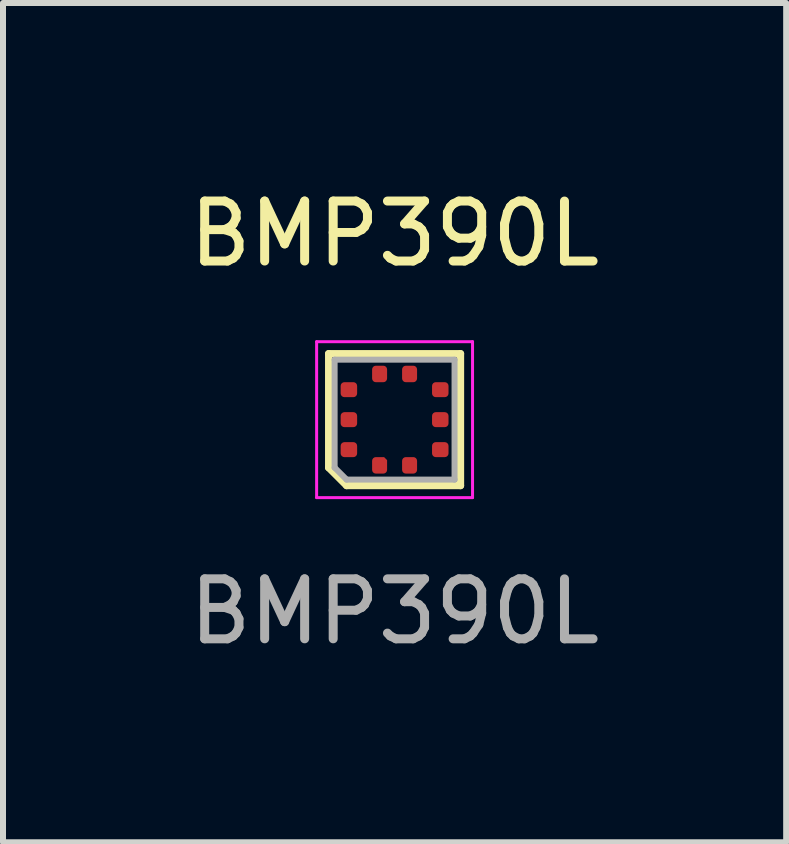
<source format=kicad_pcb>
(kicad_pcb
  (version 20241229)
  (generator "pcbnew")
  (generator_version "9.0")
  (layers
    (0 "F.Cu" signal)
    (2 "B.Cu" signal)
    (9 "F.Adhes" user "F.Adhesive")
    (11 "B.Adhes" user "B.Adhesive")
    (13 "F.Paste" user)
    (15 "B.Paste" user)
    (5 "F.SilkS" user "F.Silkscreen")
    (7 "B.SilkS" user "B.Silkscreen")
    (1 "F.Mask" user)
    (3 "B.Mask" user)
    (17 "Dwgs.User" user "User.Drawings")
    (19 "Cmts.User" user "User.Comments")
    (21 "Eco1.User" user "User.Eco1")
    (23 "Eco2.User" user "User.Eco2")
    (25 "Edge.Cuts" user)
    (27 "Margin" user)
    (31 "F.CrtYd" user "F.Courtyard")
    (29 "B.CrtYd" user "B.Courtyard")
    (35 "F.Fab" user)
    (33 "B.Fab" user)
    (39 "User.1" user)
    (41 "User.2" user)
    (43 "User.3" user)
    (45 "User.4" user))
  (footprint "BMP390L"
    (layer "F.Cu")
    (at 3.53 3.948)
    (property "Reference" "BMP390L" (at 0 -3.1 0) (layer "F.SilkS") (effects (font (size 1 1) (thickness 0.15))))
    (attr smd)
    (fp_line (start -1.1 -1.1) (end -1.1 0.8) (stroke (width 0.12) (type solid)) (layer "F.SilkS"))
    (fp_line (start -1.1 0.8) (end -0.8 1.1) (stroke (width 0.12) (type solid)) (layer "F.SilkS"))
    (fp_line (start -0.8 1.1) (end 1.1 1.1) (stroke (width 0.12) (type solid)) (layer "F.SilkS"))
    (fp_line (start 1.1 -1.1) (end -1.1 -1.1) (stroke (width 0.12) (type solid)) (layer "F.SilkS"))
    (fp_line (start 1.1 1.1) (end 1.1 -1.1) (stroke (width 0.12) (type solid)) (layer "F.SilkS"))
    (fp_line (start -1.3 -1.3) (end -1.3 1.3) (stroke (width 0.05) (type solid)) (layer "F.CrtYd"))
    (fp_line (start -1.3 1.3) (end 1.3 1.3) (stroke (width 0.05) (type solid)) (layer "F.CrtYd"))
    (fp_line (start 1.3 -1.3) (end -1.3 -1.3) (stroke (width 0.05) (type solid)) (layer "F.CrtYd"))
    (fp_line (start 1.3 1.3) (end 1.3 -1.3) (stroke (width 0.05) (type solid)) (layer "F.CrtYd"))
    (fp_line (start -1 -1) (end 1 -1) (stroke (width 0.1) (type solid)) (layer "F.Fab"))
    (fp_line (start -1 0.8) (end -1 -1) (stroke (width 0.1) (type solid)) (layer "F.Fab"))
    (fp_line (start -1 0.8) (end -0.8 1) (stroke (width 0.1) (type default)) (layer "F.Fab"))
    (fp_line (start 1 -1) (end 1 1) (stroke (width 0.1) (type solid)) (layer "F.Fab"))
    (fp_line (start 1 1) (end -0.8 1) (stroke (width 0.1) (type solid)) (layer "F.Fab"))
    (fp_text user "${REFERENCE}" (at 0 3.2 0) (layer "F.Fab") (effects (font (size 1 1) (thickness 0.15))))
    (pad "1" smd roundrect (at -0.25 0.762) (size 0.25 0.275) (layers "F.Cu" "F.Mask" "F.Paste") (roundrect_rratio 0.25) (chamfer_ratio 0.2) (chamfer top_right))
    (pad "2" smd roundrect (at 0.25 0.762) (size 0.25 0.275) (layers "F.Cu" "F.Mask" "F.Paste") (roundrect_rratio 0.25))
    (pad "3" smd roundrect (at 0.762 0.5 90) (size 0.25 0.275) (layers "F.Cu" "F.Mask" "F.Paste") (roundrect_rratio 0.25))
    (pad "4" smd roundrect (at 0.762 0 90) (size 0.25 0.275) (layers "F.Cu" "F.Mask" "F.Paste") (roundrect_rratio 0.25))
    (pad "5" smd roundrect (at 0.762 -0.5 90) (size 0.25 0.275) (layers "F.Cu" "F.Mask" "F.Paste") (roundrect_rratio 0.25))
    (pad "6" smd roundrect (at 0.25 -0.762) (size 0.25 0.275) (layers "F.Cu" "F.Mask" "F.Paste") (roundrect_rratio 0.25))
    (pad "7" smd roundrect (at -0.25 -0.762) (size 0.25 0.275) (layers "F.Cu" "F.Mask" "F.Paste") (roundrect_rratio 0.25))
    (pad "8" smd roundrect (at -0.762 -0.5 90) (size 0.25 0.275) (layers "F.Cu" "F.Mask" "F.Paste") (roundrect_rratio 0.25))
    (pad "9" smd roundrect (at -0.762 0 90) (size 0.25 0.275) (layers "F.Cu" "F.Mask" "F.Paste") (roundrect_rratio 0.25))
    (pad "10" smd roundrect (at -0.762 0.5 90) (size 0.25 0.275) (layers "F.Cu" "F.Mask" "F.Paste") (roundrect_rratio 0.25)))
  (gr_rect
    (start -3 -3)
    (end 10.06 10.996)
    (stroke (width 0.1) (type default))
    (fill no)
    (layer "Edge.Cuts")))
</source>
